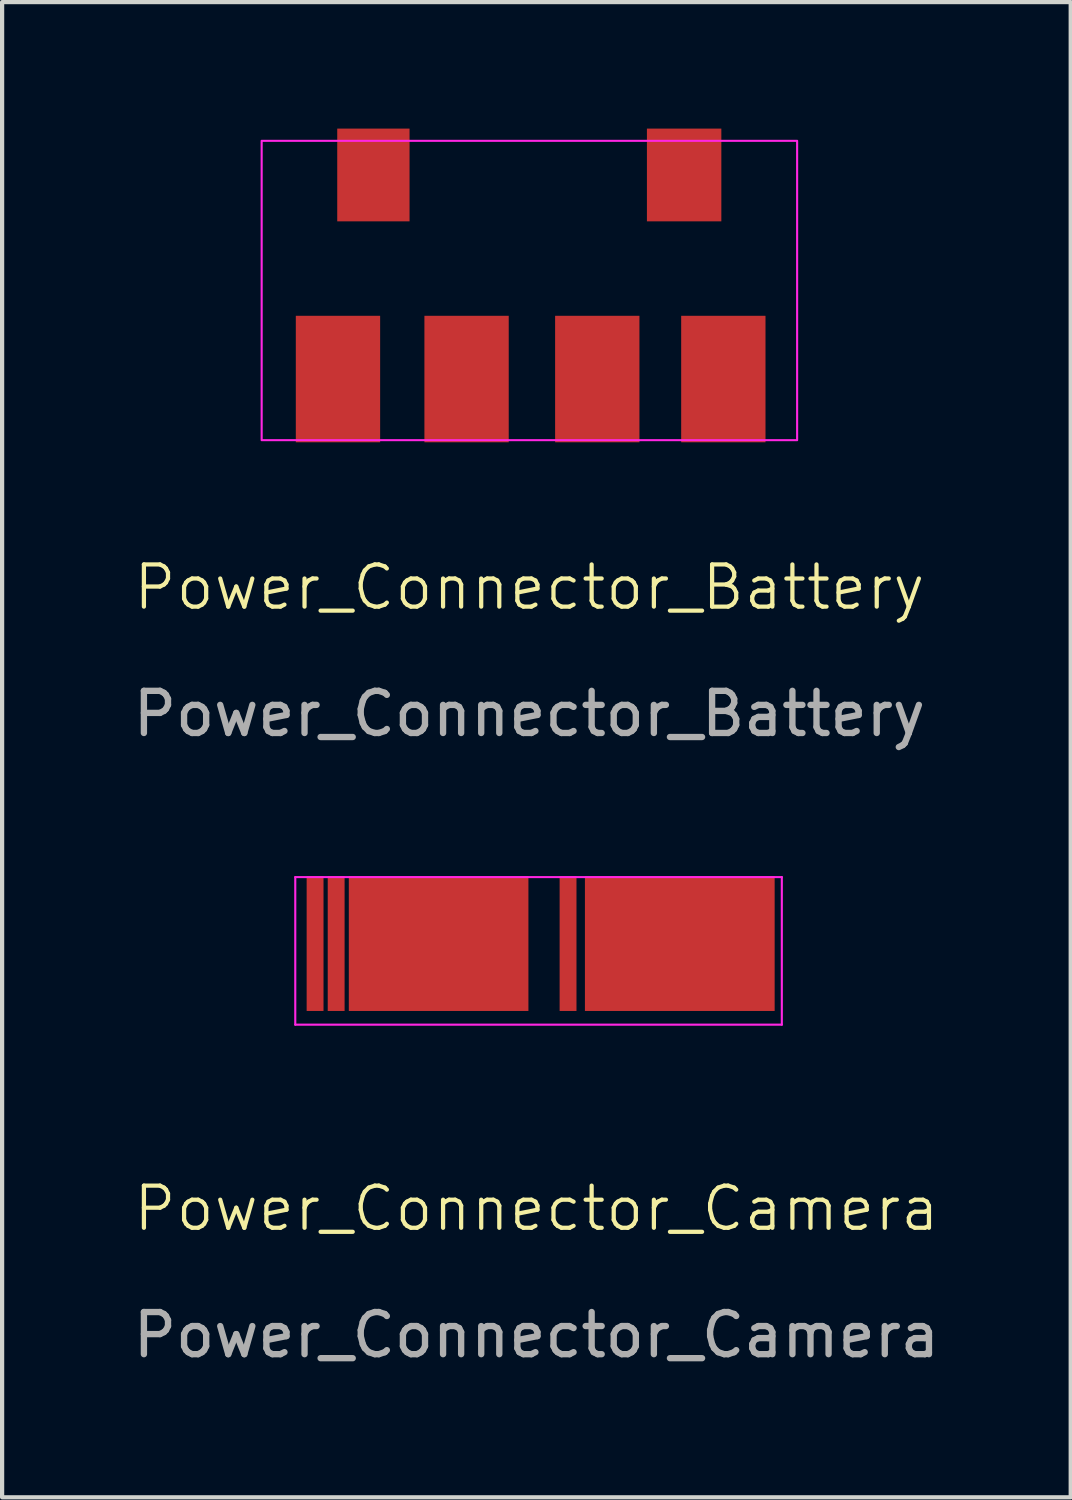
<source format=kicad_pcb>
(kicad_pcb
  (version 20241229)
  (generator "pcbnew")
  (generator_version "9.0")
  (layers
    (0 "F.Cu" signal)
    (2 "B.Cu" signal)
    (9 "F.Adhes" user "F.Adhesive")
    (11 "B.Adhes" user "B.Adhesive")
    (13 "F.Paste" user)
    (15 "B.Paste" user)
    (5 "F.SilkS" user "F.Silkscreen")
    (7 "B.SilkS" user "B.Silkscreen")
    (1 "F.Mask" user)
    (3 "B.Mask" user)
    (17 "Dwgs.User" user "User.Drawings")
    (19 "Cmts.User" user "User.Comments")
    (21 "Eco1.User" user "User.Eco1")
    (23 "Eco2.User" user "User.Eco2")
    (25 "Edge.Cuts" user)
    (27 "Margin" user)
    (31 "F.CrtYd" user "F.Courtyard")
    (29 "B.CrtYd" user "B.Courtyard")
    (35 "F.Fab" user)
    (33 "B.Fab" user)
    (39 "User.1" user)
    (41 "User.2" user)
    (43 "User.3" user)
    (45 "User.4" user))
  (footprint "Power_Connector_Camera"
    (layer "F.Cu")
    (at 9.653 19.503)
    (property "Reference" "Power_Connector_Camera" (at 0.02 6.11 0) (unlocked yes) (layer "F.SilkS") (effects (font (size 1 1) (thickness 0.1))))
    (attr smd)
    (fp_line (start -5.7 -1.75) (end 5.84 -1.75) (stroke (width 0.05) (type default)) (layer "F.CrtYd"))
    (fp_line (start -5.7 1.75) (end -5.7 -1.75) (stroke (width 0.05) (type default)) (layer "F.CrtYd"))
    (fp_line (start 5.84 -1.75) (end 5.84 1.75) (stroke (width 0.05) (type default)) (layer "F.CrtYd"))
    (fp_line (start 5.84 1.75) (end -5.7 1.75) (stroke (width 0.05) (type default)) (layer "F.CrtYd"))
    (fp_text user "${REFERENCE}" (at 0.02 9.11 0) (unlocked yes) (layer "F.Fab") (effects (font (size 1 1) (thickness 0.15))))
    (pad "1" smd rect (at -5.23 -0.175) (size 0.4 3.2) (layers "F.Cu" "F.Mask" "F.Paste"))
    (pad "2" smd rect (at -4.73 -0.175) (size 0.4 3.2) (layers "F.Cu" "F.Mask" "F.Paste"))
    (pad "3" smd rect (at -2.3 -0.175) (size 4.26 3.2) (layers "F.Cu" "F.Mask" "F.Paste"))
    (pad "4" smd rect (at 0.77 -0.175) (size 0.4 3.2) (layers "F.Cu" "F.Mask" "F.Paste"))
    (pad "5" smd rect (at 3.42 -0.175) (size 4.5 3.2) (layers "F.Cu" "F.Mask" "F.Paste")))
  (footprint "Power_Connector_Battery"
    (layer "F.Cu")
    (at 9.506 3.84)
    (property "Reference" "Power_Connector_Battery" (at 0 7.04 0) (unlocked yes) (layer "F.SilkS") (effects (font (size 1 1) (thickness 0.1))))
    (attr smd)
    (fp_rect (start -6.35 -3.55) (end 6.35 3.55) (stroke (width 0.05) (type default)) (fill no) (layer "F.CrtYd"))
    (fp_text user "${REFERENCE}" (at 0 10.04 0) (unlocked yes) (layer "F.Fab") (effects (font (size 1 1) (thickness 0.15))))
    (pad "" smd rect (at -3.7 -2.74) (size 1.715 2.2) (layers "F.Cu" "F.Mask" "F.Paste"))
    (pad "" smd rect (at 3.67 -2.74) (size 1.765 2.2) (layers "F.Cu" "F.Mask" "F.Paste"))
    (pad "1" smd rect (at -4.54 2.1) (size 2 3) (layers "F.Cu" "F.Mask" "F.Paste"))
    (pad "2" smd rect (at -1.49 2.1) (size 2 3) (layers "F.Cu" "F.Mask" "F.Paste"))
    (pad "3" smd rect (at 1.61 2.1) (size 2 3) (layers "F.Cu" "F.Mask" "F.Paste"))
    (pad "4" smd rect (at 4.6 2.1) (size 2 3) (layers "F.Cu" "F.Mask" "F.Paste")))
  (gr_rect
    (start -3 -3)
    (end 22.345 32.462)
    (stroke (width 0.1) (type default))
    (fill no)
    (layer "Edge.Cuts")))
</source>
